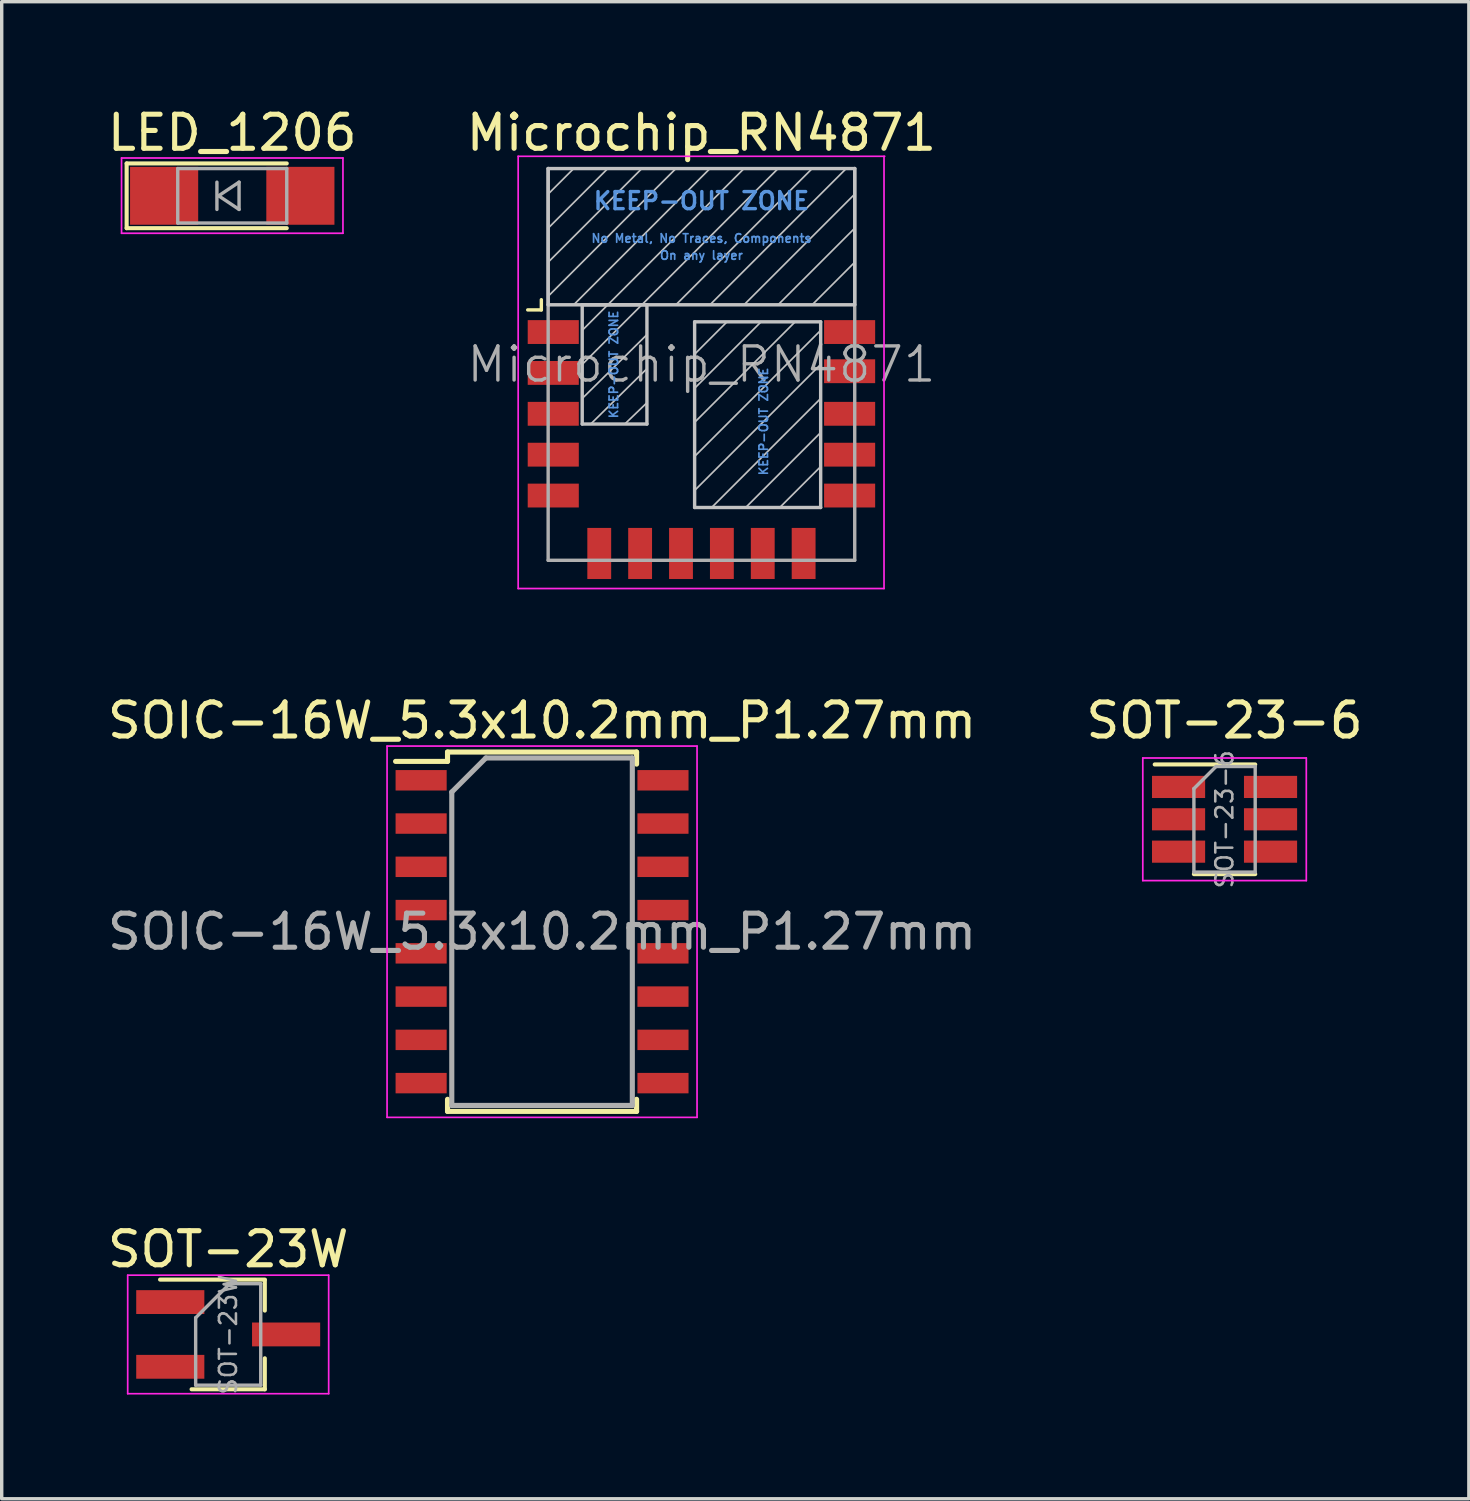
<source format=kicad_pcb>
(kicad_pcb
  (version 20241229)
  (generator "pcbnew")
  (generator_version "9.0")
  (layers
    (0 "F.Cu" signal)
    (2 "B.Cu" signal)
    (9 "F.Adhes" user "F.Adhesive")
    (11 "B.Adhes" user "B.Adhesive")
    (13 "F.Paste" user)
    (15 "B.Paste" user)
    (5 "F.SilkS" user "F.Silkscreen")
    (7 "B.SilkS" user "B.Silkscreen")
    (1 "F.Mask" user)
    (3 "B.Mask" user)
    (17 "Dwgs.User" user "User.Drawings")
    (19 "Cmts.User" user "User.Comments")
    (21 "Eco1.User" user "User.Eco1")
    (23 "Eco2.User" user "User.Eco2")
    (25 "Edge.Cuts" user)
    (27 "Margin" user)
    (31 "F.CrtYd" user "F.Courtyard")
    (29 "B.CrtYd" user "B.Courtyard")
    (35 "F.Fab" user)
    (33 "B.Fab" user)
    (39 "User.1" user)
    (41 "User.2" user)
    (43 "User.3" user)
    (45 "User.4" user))
  (footprint "LED_1206"
    (layer "F.Cu")
    (at 3.768 2.698)
    (property "Reference" "LED_1206" (at 0 -1.85 0) (layer "F.SilkS") (effects (font (size 1 1) (thickness 0.15))))
    (attr smd)
    (fp_line (start -3.1 -0.95) (end -3.1 0.95) (stroke (width 0.12) (type solid)) (layer "F.SilkS"))
    (fp_line (start -3.1 -0.95) (end 1.6 -0.95) (stroke (width 0.12) (type solid)) (layer "F.SilkS"))
    (fp_line (start -3.1 0.95) (end 1.6 0.95) (stroke (width 0.12) (type solid)) (layer "F.SilkS"))
    (fp_line (start -3.25 -1.11) (end -3.25 1.1) (stroke (width 0.05) (type solid)) (layer "F.CrtYd"))
    (fp_line (start -3.25 -1.11) (end 3.25 -1.11) (stroke (width 0.05) (type solid)) (layer "F.CrtYd"))
    (fp_line (start 3.25 1.1) (end -3.25 1.1) (stroke (width 0.05) (type solid)) (layer "F.CrtYd"))
    (fp_line (start 3.25 1.1) (end 3.25 -1.11) (stroke (width 0.05) (type solid)) (layer "F.CrtYd"))
    (fp_line (start -1.6 -0.8) (end 1.6 -0.8) (stroke (width 0.1) (type solid)) (layer "F.Fab"))
    (fp_line (start -1.6 0.8) (end -1.6 -0.8) (stroke (width 0.1) (type solid)) (layer "F.Fab"))
    (fp_line (start -0.45 -0.4) (end -0.45 0.4) (stroke (width 0.1) (type solid)) (layer "F.Fab"))
    (fp_line (start -0.4 0) (end 0.2 -0.4) (stroke (width 0.1) (type solid)) (layer "F.Fab"))
    (fp_line (start 0.2 -0.4) (end 0.2 0.4) (stroke (width 0.1) (type solid)) (layer "F.Fab"))
    (fp_line (start 0.2 0.4) (end -0.4 0) (stroke (width 0.1) (type solid)) (layer "F.Fab"))
    (fp_line (start 1.6 -0.8) (end 1.6 0.8) (stroke (width 0.1) (type solid)) (layer "F.Fab"))
    (fp_line (start 1.6 0.8) (end -1.6 0.8) (stroke (width 0.1) (type solid)) (layer "F.Fab"))
    (pad "1" smd rect (at -2 0) (size 2 1.7) (layers "F.Cu" "F.Mask" "F.Paste"))
    (pad "2" smd rect (at 2 0) (size 2 1.7) (layers "F.Cu" "F.Mask" "F.Paste")))
  (footprint "SOT-23W"
    (layer "F.Cu")
    (at 3.649 36.125)
    (property "Reference" "SOT-23W" (at 0 -2.5 0) (layer "F.SilkS") (effects (font (size 1 1) (thickness 0.15))))
    (attr smd)
    (fp_line (start -2 -1.61) (end 1.075 -1.61) (stroke (width 0.12) (type solid)) (layer "F.SilkS"))
    (fp_line (start -1.075 1.61) (end 1.075 1.61) (stroke (width 0.12) (type solid)) (layer "F.SilkS"))
    (fp_line (start 1.075 -1.6) (end 1.075 -0.7) (stroke (width 0.12) (type solid)) (layer "F.SilkS"))
    (fp_line (start 1.075 0.7) (end 1.075 1.61) (stroke (width 0.12) (type solid)) (layer "F.SilkS"))
    (fp_line (start -2.95 -1.74) (end 2.95 -1.74) (stroke (width 0.05) (type solid)) (layer "F.CrtYd"))
    (fp_line (start -2.95 1.74) (end -2.95 -1.74) (stroke (width 0.05) (type solid)) (layer "F.CrtYd"))
    (fp_line (start 2.95 -1.74) (end 2.95 1.74) (stroke (width 0.05) (type solid)) (layer "F.CrtYd"))
    (fp_line (start 2.95 1.74) (end -2.95 1.74) (stroke (width 0.05) (type solid)) (layer "F.CrtYd"))
    (fp_line (start -0.955 -0.49) (end -0.955 1.49) (stroke (width 0.1) (type solid)) (layer "F.Fab"))
    (fp_line (start -0.955 -0.49) (end 0.045 -1.49) (stroke (width 0.1) (type solid)) (layer "F.Fab"))
    (fp_line (start -0.955 1.49) (end 0.955 1.49) (stroke (width 0.1) (type solid)) (layer "F.Fab"))
    (fp_line (start 0.045 -1.49) (end 0.955 -1.49) (stroke (width 0.1) (type solid)) (layer "F.Fab"))
    (fp_line (start 0.955 -1.49) (end 0.955 1.49) (stroke (width 0.1) (type solid)) (layer "F.Fab"))
    (fp_text user "${REFERENCE}" (at 0 0 90) (layer "F.Fab") (effects (font (size 0.5 0.5) (thickness 0.075))))
    (pad "1" smd rect (at -1.7 -0.95) (size 2 0.7) (layers "F.Cu" "F.Mask" "F.Paste"))
    (pad "2" smd rect (at -1.7 0.95) (size 2 0.7) (layers "F.Cu" "F.Mask" "F.Paste"))
    (pad "3" smd rect (at 1.7 0) (size 2 0.7) (layers "F.Cu" "F.Mask" "F.Paste")))
  (footprint "Microchip_RN4871"
    (layer "F.Cu")
    (at 17.542 10.148)
    (property "Reference" "Microchip_RN4871" (at 0 -9.3 0) (layer "F.SilkS") (effects (font (size 1 1) (thickness 0.15))))
    (attr smd)
    (fp_line (start -5.1 -4.1) (end -4.7 -4.1) (stroke (width 0.1) (type solid)) (layer "F.SilkS"))
    (fp_line (start -4.7 -4.1) (end -4.7 -4.4) (stroke (width 0.1) (type solid)) (layer "F.SilkS"))
    (fp_line (start -4.5 -7.5) (end -3.75 -8.25) (stroke (width 0.05) (type solid)) (layer "Dwgs.User"))
    (fp_line (start -4.5 -6.5) (end -2.75 -8.25) (stroke (width 0.05) (type solid)) (layer "Dwgs.User"))
    (fp_line (start -4.5 -5.5) (end -1.75 -8.25) (stroke (width 0.05) (type solid)) (layer "Dwgs.User"))
    (fp_line (start -4.5 -4.5) (end -0.75 -8.25) (stroke (width 0.05) (type solid)) (layer "Dwgs.User"))
    (fp_line (start -4.5 -4.25) (end -4.5 -8.25) (stroke (width 0.1) (type solid)) (layer "Dwgs.User"))
    (fp_line (start -4.5 -4.25) (end 4.5 -4.25) (stroke (width 0.1) (type solid)) (layer "Dwgs.User"))
    (fp_line (start -3.5 -4.25) (end -3.5 -0.75) (stroke (width 0.1) (type solid)) (layer "Dwgs.User"))
    (fp_line (start -3.5 -4.25) (end -1.6 -4.25) (stroke (width 0.1) (type solid)) (layer "Dwgs.User"))
    (fp_line (start -3.5 -1.5) (end -1.6 -3.375) (stroke (width 0.05) (type solid)) (layer "Dwgs.User"))
    (fp_line (start -3.5 -0.75) (end -1.6 -0.75) (stroke (width 0.1) (type solid)) (layer "Dwgs.User"))
    (fp_line (start -3.25 -0.75) (end -1.6 -2.375) (stroke (width 0.05) (type solid)) (layer "Dwgs.User"))
    (fp_line (start -2.75 -4.25) (end -3.5 -3.5) (stroke (width 0.05) (type solid)) (layer "Dwgs.User"))
    (fp_line (start -2.75 -4.25) (end 1.25 -8.25) (stroke (width 0.05) (type solid)) (layer "Dwgs.User"))
    (fp_line (start -2.25 -0.75) (end -1.6 -1.375) (stroke (width 0.05) (type solid)) (layer "Dwgs.User"))
    (fp_line (start -1.75 -4.25) (end -3.5 -2.5) (stroke (width 0.05) (type solid)) (layer "Dwgs.User"))
    (fp_line (start -1.75 -4.25) (end 2.25 -8.25) (stroke (width 0.05) (type solid)) (layer "Dwgs.User"))
    (fp_line (start -1.6 -0.75) (end -1.6 -4.25) (stroke (width 0.1) (type solid)) (layer "Dwgs.User"))
    (fp_line (start -0.75 -4.25) (end 3.25 -8.25) (stroke (width 0.05) (type solid)) (layer "Dwgs.User"))
    (fp_line (start -0.2 -3.75) (end -0.2 1.7) (stroke (width 0.1) (type solid)) (layer "Dwgs.User"))
    (fp_line (start -0.2 1.7) (end 3.5 1.7) (stroke (width 0.1) (type solid)) (layer "Dwgs.User"))
    (fp_line (start 0.25 -8.25) (end -3.75 -4.25) (stroke (width 0.05) (type solid)) (layer "Dwgs.User"))
    (fp_line (start 0.25 -4.25) (end 4.25 -8.25) (stroke (width 0.05) (type solid)) (layer "Dwgs.User"))
    (fp_line (start 0.3 1.7) (end 3.5 -1.5) (stroke (width 0.05) (type solid)) (layer "Dwgs.User"))
    (fp_line (start 0.75 -3.75) (end -0.2 -2.8) (stroke (width 0.05) (type solid)) (layer "Dwgs.User"))
    (fp_line (start 1.25 -4.25) (end 4.5 -7.5) (stroke (width 0.05) (type solid)) (layer "Dwgs.User"))
    (fp_line (start 1.3 1.7) (end 3.5 -0.5) (stroke (width 0.05) (type solid)) (layer "Dwgs.User"))
    (fp_line (start 1.75 -3.75) (end -0.2 -1.8) (stroke (width 0.05) (type solid)) (layer "Dwgs.User"))
    (fp_line (start 2.25 -4.25) (end 4.5 -6.5) (stroke (width 0.05) (type solid)) (layer "Dwgs.User"))
    (fp_line (start 2.3 1.7) (end 3.5 0.5) (stroke (width 0.05) (type solid)) (layer "Dwgs.User"))
    (fp_line (start 2.75 -3.75) (end -0.2 -0.8) (stroke (width 0.05) (type solid)) (layer "Dwgs.User"))
    (fp_line (start 3.25 -4.25) (end 4.5 -5.5) (stroke (width 0.05) (type solid)) (layer "Dwgs.User"))
    (fp_line (start 3.5 -3.75) (end -0.2 -3.75) (stroke (width 0.1) (type solid)) (layer "Dwgs.User"))
    (fp_line (start 3.5 -3.5) (end -0.2 0.2) (stroke (width 0.05) (type solid)) (layer "Dwgs.User"))
    (fp_line (start 3.5 -2.5) (end -0.2 1.2) (stroke (width 0.05) (type solid)) (layer "Dwgs.User"))
    (fp_line (start 3.5 1.7) (end 3.5 -3.75) (stroke (width 0.1) (type solid)) (layer "Dwgs.User"))
    (fp_line (start 4.5 -8.25) (end -4.5 -8.25) (stroke (width 0.1) (type solid)) (layer "Dwgs.User"))
    (fp_line (start 4.5 -4.25) (end 4.5 -8.25) (stroke (width 0.1) (type solid)) (layer "Dwgs.User"))
    (fp_line (start -5.38 4.08) (end -5.38 -8.61) (stroke (width 0.05) (type solid)) (layer "F.CrtYd"))
    (fp_line (start -5.38 4.08) (end 5.36 4.08) (stroke (width 0.05) (type solid)) (layer "F.CrtYd"))
    (fp_line (start 5.36 4.08) (end 5.36 -8.61) (stroke (width 0.05) (type solid)) (layer "F.CrtYd"))
    (fp_line (start 5.38 -8.61) (end -5.38 -8.61) (stroke (width 0.05) (type solid)) (layer "F.CrtYd"))
    (fp_line (start -4.5 -8.25) (end -4.5 3.25) (stroke (width 0.1) (type solid)) (layer "F.Fab"))
    (fp_line (start -4.5 3.25) (end 4.5 3.25) (stroke (width 0.1) (type solid)) (layer "F.Fab"))
    (fp_line (start 4.5 3.25) (end 4.5 -8.25) (stroke (width 0.1) (type solid)) (layer "F.Fab"))
    (fp_text user "KEEP-OUT ZONE" (at -2.575 -2.5 90) (layer "Cmts.User") (effects (font (size 0.25 0.25) (thickness 0.05))))
    (fp_text user "No Metal, No Traces, Components" (at 0 -6.2 0) (layer "Cmts.User") (effects (font (size 0.25 0.25) (thickness 0.05))))
    (fp_text user "KEEP-OUT ZONE" (at 1.825 -0.825 90) (layer "Cmts.User") (effects (font (size 0.25 0.25) (thickness 0.05))))
    (fp_text user "KEEP-OUT ZONE" (at 0 -7.3 0) (layer "Cmts.User") (effects (font (size 0.5 0.5) (thickness 0.1))))
    (fp_text user "On any layer" (at 0 -5.7 0) (layer "Cmts.User") (effects (font (size 0.25 0.25) (thickness 0.05))))
    (fp_text user "${REFERENCE}" (at 0 -2.5 0) (layer "F.Fab") (effects (font (size 1 1) (thickness 0.1))))
    (pad "1" smd rect (at -4.35 -3.45 90) (size 0.7 1.5) (layers "F.Cu" "F.Mask" "F.Paste"))
    (pad "2" smd rect (at -4.35 -2.25 90) (size 0.7 1.5) (layers "F.Cu" "F.Mask" "F.Paste"))
    (pad "3" smd rect (at -4.35 -1.05 90) (size 0.7 1.5) (layers "F.Cu" "F.Mask" "F.Paste"))
    (pad "4" smd rect (at -4.35 0.15 90) (size 0.7 1.5) (layers "F.Cu" "F.Mask" "F.Paste"))
    (pad "5" smd rect (at -4.35 1.35 90) (size 0.7 1.5) (layers "F.Cu" "F.Mask" "F.Paste"))
    (pad "6" smd rect (at -3 3.05) (size 0.7 1.5) (layers "F.Cu" "F.Mask" "F.Paste"))
    (pad "7" smd rect (at -1.8 3.05) (size 0.7 1.5) (layers "F.Cu" "F.Mask" "F.Paste"))
    (pad "8" smd rect (at -0.6 3.05) (size 0.7 1.5) (layers "F.Cu" "F.Mask" "F.Paste"))
    (pad "9" smd rect (at 0.6 3.05) (size 0.7 1.5) (layers "F.Cu" "F.Mask" "F.Paste"))
    (pad "10" smd rect (at 1.8 3.05) (size 0.7 1.5) (layers "F.Cu" "F.Mask" "F.Paste"))
    (pad "11" smd rect (at 3 3.05) (size 0.7 1.5) (layers "F.Cu" "F.Mask" "F.Paste"))
    (pad "12" smd rect (at 4.35 1.35 90) (size 0.7 1.5) (layers "F.Cu" "F.Mask" "F.Paste"))
    (pad "13" smd rect (at 4.35 0.15 90) (size 0.7 1.5) (layers "F.Cu" "F.Mask" "F.Paste"))
    (pad "14" smd rect (at 4.35 -1.05 90) (size 0.7 1.5) (layers "F.Cu" "F.Mask" "F.Paste"))
    (pad "15" smd rect (at 4.35 -2.3 90) (size 0.7 1.5) (layers "F.Cu" "F.Mask" "F.Paste"))
    (pad "16" smd rect (at 4.35 -3.45 90) (size 0.7 1.5) (layers "F.Cu" "F.Mask" "F.Paste")))
  (footprint "SOT-23-6"
    (layer "F.Cu")
    (at 32.899 21.002)
    (property "Reference" "SOT-23-6" (at 0 -2.9 0) (layer "F.SilkS") (effects (font (size 1 1) (thickness 0.15))))
    (attr smd)
    (fp_line (start -0.9 1.61) (end 0.9 1.61) (stroke (width 0.12) (type solid)) (layer "F.SilkS"))
    (fp_line (start 0.9 -1.61) (end -2.05 -1.61) (stroke (width 0.12) (type solid)) (layer "F.SilkS"))
    (fp_line (start -2.4 -1.8) (end 2.4 -1.8) (stroke (width 0.05) (type solid)) (layer "F.CrtYd"))
    (fp_line (start -2.4 1.8) (end -2.4 -1.8) (stroke (width 0.05) (type solid)) (layer "F.CrtYd"))
    (fp_line (start 2.4 -1.8) (end 2.4 1.8) (stroke (width 0.05) (type solid)) (layer "F.CrtYd"))
    (fp_line (start 2.4 1.8) (end -2.4 1.8) (stroke (width 0.05) (type solid)) (layer "F.CrtYd"))
    (fp_line (start -0.9 -0.9) (end -0.9 1.55) (stroke (width 0.1) (type solid)) (layer "F.Fab"))
    (fp_line (start -0.9 -0.9) (end -0.25 -1.55) (stroke (width 0.1) (type solid)) (layer "F.Fab"))
    (fp_line (start 0.9 -1.55) (end -0.25 -1.55) (stroke (width 0.1) (type solid)) (layer "F.Fab"))
    (fp_line (start 0.9 -1.55) (end 0.9 1.55) (stroke (width 0.1) (type solid)) (layer "F.Fab"))
    (fp_line (start 0.9 1.55) (end -0.9 1.55) (stroke (width 0.1) (type solid)) (layer "F.Fab"))
    (fp_text user "${REFERENCE}" (at 0 0 90) (layer "F.Fab") (effects (font (size 0.5 0.5) (thickness 0.075))))
    (pad "1" smd rect (at -1.35 -0.95) (size 1.56 0.65) (layers "F.Cu" "F.Mask" "F.Paste"))
    (pad "2" smd rect (at -1.35 0) (size 1.56 0.65) (layers "F.Cu" "F.Mask" "F.Paste"))
    (pad "3" smd rect (at -1.35 0.95) (size 1.56 0.65) (layers "F.Cu" "F.Mask" "F.Paste"))
    (pad "4" smd rect (at 1.35 0.95) (size 1.56 0.65) (layers "F.Cu" "F.Mask" "F.Paste"))
    (pad "5" smd rect (at 1.35 0) (size 1.56 0.65) (layers "F.Cu" "F.Mask" "F.Paste"))
    (pad "6" smd rect (at 1.35 -0.95) (size 1.56 0.65) (layers "F.Cu" "F.Mask" "F.Paste")))
  (footprint "SOIC-16W_5.3x10.2mm_P1.27mm"
    (layer "F.Cu")
    (at 12.863 24.302)
    (property "Reference" "SOIC-16W_5.3x10.2mm_P1.27mm" (at 0 -6.2 0) (layer "F.SilkS") (effects (font (size 1 1) (thickness 0.15))))
    (attr smd)
    (fp_line (start -2.775 -5.275) (end -2.775 -5) (stroke (width 0.15) (type solid)) (layer "F.SilkS"))
    (fp_line (start -2.775 -5.275) (end 2.775 -5.275) (stroke (width 0.15) (type solid)) (layer "F.SilkS"))
    (fp_line (start -2.775 -5) (end -4.3 -5) (stroke (width 0.15) (type solid)) (layer "F.SilkS"))
    (fp_line (start -2.775 5.275) (end -2.775 4.92) (stroke (width 0.15) (type solid)) (layer "F.SilkS"))
    (fp_line (start -2.775 5.275) (end 2.775 5.275) (stroke (width 0.15) (type solid)) (layer "F.SilkS"))
    (fp_line (start 2.775 -5.275) (end 2.775 -4.92) (stroke (width 0.15) (type solid)) (layer "F.SilkS"))
    (fp_line (start 2.775 5.275) (end 2.775 4.92) (stroke (width 0.15) (type solid)) (layer "F.SilkS"))
    (fp_line (start -4.55 -5.45) (end -4.55 5.45) (stroke (width 0.05) (type solid)) (layer "F.CrtYd"))
    (fp_line (start -4.55 -5.45) (end 4.55 -5.45) (stroke (width 0.05) (type solid)) (layer "F.CrtYd"))
    (fp_line (start -4.55 5.45) (end 4.55 5.45) (stroke (width 0.05) (type solid)) (layer "F.CrtYd"))
    (fp_line (start 4.55 -5.45) (end 4.55 5.45) (stroke (width 0.05) (type solid)) (layer "F.CrtYd"))
    (fp_line (start -2.65 -4.1) (end -1.65 -5.1) (stroke (width 0.15) (type solid)) (layer "F.Fab"))
    (fp_line (start -2.65 5.1) (end -2.65 -4.1) (stroke (width 0.15) (type solid)) (layer "F.Fab"))
    (fp_line (start -1.65 -5.1) (end 2.65 -5.1) (stroke (width 0.15) (type solid)) (layer "F.Fab"))
    (fp_line (start 2.65 -5.1) (end 2.65 5.1) (stroke (width 0.15) (type solid)) (layer "F.Fab"))
    (fp_line (start 2.65 5.1) (end -2.65 5.1) (stroke (width 0.15) (type solid)) (layer "F.Fab"))
    (fp_text user "${REFERENCE}" (at 0 0 0) (layer "F.Fab") (effects (font (size 1 1) (thickness 0.15))))
    (pad "1" smd rect (at -3.55 -4.445) (size 1.5 0.6) (layers "F.Cu" "F.Mask" "F.Paste"))
    (pad "2" smd rect (at -3.55 -3.175) (size 1.5 0.6) (layers "F.Cu" "F.Mask" "F.Paste"))
    (pad "3" smd rect (at -3.55 -1.905) (size 1.5 0.6) (layers "F.Cu" "F.Mask" "F.Paste"))
    (pad "4" smd rect (at -3.55 -0.635) (size 1.5 0.6) (layers "F.Cu" "F.Mask" "F.Paste"))
    (pad "5" smd rect (at -3.55 0.635) (size 1.5 0.6) (layers "F.Cu" "F.Mask" "F.Paste"))
    (pad "6" smd rect (at -3.55 1.905) (size 1.5 0.6) (layers "F.Cu" "F.Mask" "F.Paste"))
    (pad "7" smd rect (at -3.55 3.175) (size 1.5 0.6) (layers "F.Cu" "F.Mask" "F.Paste"))
    (pad "8" smd rect (at -3.55 4.445) (size 1.5 0.6) (layers "F.Cu" "F.Mask" "F.Paste"))
    (pad "9" smd rect (at 3.55 4.445) (size 1.5 0.6) (layers "F.Cu" "F.Mask" "F.Paste"))
    (pad "10" smd rect (at 3.55 3.175) (size 1.5 0.6) (layers "F.Cu" "F.Mask" "F.Paste"))
    (pad "11" smd rect (at 3.55 1.905) (size 1.5 0.6) (layers "F.Cu" "F.Mask" "F.Paste"))
    (pad "12" smd rect (at 3.55 0.635) (size 1.5 0.6) (layers "F.Cu" "F.Mask" "F.Paste"))
    (pad "13" smd rect (at 3.55 -0.635) (size 1.5 0.6) (layers "F.Cu" "F.Mask" "F.Paste"))
    (pad "14" smd rect (at 3.55 -1.905) (size 1.5 0.6) (layers "F.Cu" "F.Mask" "F.Paste"))
    (pad "15" smd rect (at 3.55 -3.175) (size 1.5 0.6) (layers "F.Cu" "F.Mask" "F.Paste"))
    (pad "16" smd rect (at 3.55 -4.445) (size 1.5 0.6) (layers "F.Cu" "F.Mask" "F.Paste")))
  (gr_rect
    (start -3 -3)
    (end 40.071 40.949)
    (stroke (width 0.1) (type default))
    (fill no)
    (layer "Edge.Cuts")))
</source>
